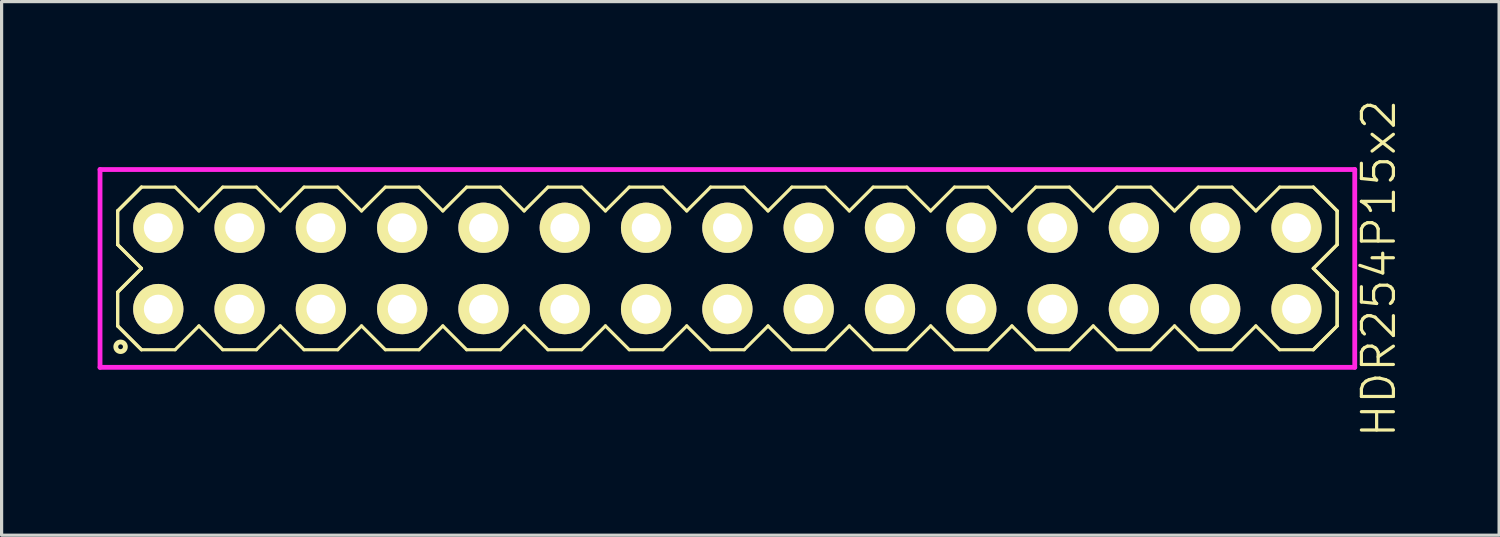
<source format=kicad_pcb>
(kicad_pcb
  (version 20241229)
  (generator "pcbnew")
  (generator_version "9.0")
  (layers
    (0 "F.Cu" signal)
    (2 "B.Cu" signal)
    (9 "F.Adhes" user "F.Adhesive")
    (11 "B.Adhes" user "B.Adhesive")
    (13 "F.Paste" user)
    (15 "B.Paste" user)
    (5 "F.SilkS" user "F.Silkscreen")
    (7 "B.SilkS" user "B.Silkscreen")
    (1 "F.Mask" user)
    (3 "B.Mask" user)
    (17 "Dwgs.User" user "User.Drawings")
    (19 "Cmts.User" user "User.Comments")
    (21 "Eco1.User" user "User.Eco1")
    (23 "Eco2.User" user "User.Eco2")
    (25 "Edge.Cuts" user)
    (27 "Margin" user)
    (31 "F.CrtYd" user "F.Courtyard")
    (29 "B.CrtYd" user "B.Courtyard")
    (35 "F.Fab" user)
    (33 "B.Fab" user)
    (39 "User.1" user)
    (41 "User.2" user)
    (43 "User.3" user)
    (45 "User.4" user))
  (footprint "HDR254P15x2"
    (layer "F.Cu")
    (at 19.675 5.336)
    (property "Reference" "HDR254P15x2" (at 20.35 0 90) (layer "F.SilkS") (effects (font (size 1 1) (thickness 0.1))))
    (attr through_hole)
    (fp_line (start -19.05 -1.796) (end -18.306 -2.54) (stroke (width 0.1) (type solid)) (layer "F.SilkS"))
    (fp_line (start -19.05 -1.796) (end -18.306 -2.54) (stroke (width 0.1) (type solid)) (layer "F.SilkS"))
    (fp_line (start -19.05 -0.744) (end -19.05 -1.796) (stroke (width 0.1) (type solid)) (layer "F.SilkS"))
    (fp_line (start -19.05 -0.744) (end -19.05 -1.796) (stroke (width 0.1) (type solid)) (layer "F.SilkS"))
    (fp_line (start -19.05 0.744) (end -18.306 0) (stroke (width 0.1) (type solid)) (layer "F.SilkS"))
    (fp_line (start -19.05 0.744) (end -18.306 0) (stroke (width 0.1) (type solid)) (layer "F.SilkS"))
    (fp_line (start -19.05 1.796) (end -19.05 0.744) (stroke (width 0.1) (type solid)) (layer "F.SilkS"))
    (fp_line (start -19.05 1.796) (end -19.05 0.744) (stroke (width 0.1) (type solid)) (layer "F.SilkS"))
    (fp_line (start -18.306 -2.54) (end -17.254 -2.54) (stroke (width 0.1) (type solid)) (layer "F.SilkS"))
    (fp_line (start -18.306 0) (end -19.05 -0.744) (stroke (width 0.1) (type solid)) (layer "F.SilkS"))
    (fp_line (start -18.306 0) (end -19.05 -0.744) (stroke (width 0.1) (type solid)) (layer "F.SilkS"))
    (fp_line (start -18.306 2.54) (end -19.05 1.796) (stroke (width 0.1) (type solid)) (layer "F.SilkS"))
    (fp_line (start -18.306 2.54) (end -19.05 1.796) (stroke (width 0.1) (type solid)) (layer "F.SilkS"))
    (fp_line (start -17.254 -2.54) (end -16.51 -1.796) (stroke (width 0.1) (type solid)) (layer "F.SilkS"))
    (fp_line (start -17.254 2.54) (end -18.306 2.54) (stroke (width 0.1) (type solid)) (layer "F.SilkS"))
    (fp_line (start -16.51 -1.796) (end -15.766 -2.54) (stroke (width 0.1) (type solid)) (layer "F.SilkS"))
    (fp_line (start -16.51 1.796) (end -17.254 2.54) (stroke (width 0.1) (type solid)) (layer "F.SilkS"))
    (fp_line (start -15.766 -2.54) (end -14.714 -2.54) (stroke (width 0.1) (type solid)) (layer "F.SilkS"))
    (fp_line (start -15.766 2.54) (end -16.51 1.796) (stroke (width 0.1) (type solid)) (layer "F.SilkS"))
    (fp_line (start -14.714 -2.54) (end -13.97 -1.796) (stroke (width 0.1) (type solid)) (layer "F.SilkS"))
    (fp_line (start -14.714 2.54) (end -15.766 2.54) (stroke (width 0.1) (type solid)) (layer "F.SilkS"))
    (fp_line (start -13.97 -1.796) (end -13.226 -2.54) (stroke (width 0.1) (type solid)) (layer "F.SilkS"))
    (fp_line (start -13.97 1.796) (end -14.714 2.54) (stroke (width 0.1) (type solid)) (layer "F.SilkS"))
    (fp_line (start -13.226 -2.54) (end -12.174 -2.54) (stroke (width 0.1) (type solid)) (layer "F.SilkS"))
    (fp_line (start -13.226 2.54) (end -13.97 1.796) (stroke (width 0.1) (type solid)) (layer "F.SilkS"))
    (fp_line (start -12.174 -2.54) (end -11.43 -1.796) (stroke (width 0.1) (type solid)) (layer "F.SilkS"))
    (fp_line (start -12.174 2.54) (end -13.226 2.54) (stroke (width 0.1) (type solid)) (layer "F.SilkS"))
    (fp_line (start -11.43 -1.796) (end -10.686 -2.54) (stroke (width 0.1) (type solid)) (layer "F.SilkS"))
    (fp_line (start -11.43 1.796) (end -12.174 2.54) (stroke (width 0.1) (type solid)) (layer "F.SilkS"))
    (fp_line (start -10.686 -2.54) (end -9.634 -2.54) (stroke (width 0.1) (type solid)) (layer "F.SilkS"))
    (fp_line (start -10.686 2.54) (end -11.43 1.796) (stroke (width 0.1) (type solid)) (layer "F.SilkS"))
    (fp_line (start -9.634 -2.54) (end -8.89 -1.796) (stroke (width 0.1) (type solid)) (layer "F.SilkS"))
    (fp_line (start -9.634 2.54) (end -10.686 2.54) (stroke (width 0.1) (type solid)) (layer "F.SilkS"))
    (fp_line (start -8.89 -1.796) (end -8.146 -2.54) (stroke (width 0.1) (type solid)) (layer "F.SilkS"))
    (fp_line (start -8.89 1.796) (end -9.634 2.54) (stroke (width 0.1) (type solid)) (layer "F.SilkS"))
    (fp_line (start -8.146 -2.54) (end -7.094 -2.54) (stroke (width 0.1) (type solid)) (layer "F.SilkS"))
    (fp_line (start -8.146 2.54) (end -8.89 1.796) (stroke (width 0.1) (type solid)) (layer "F.SilkS"))
    (fp_line (start -7.094 -2.54) (end -6.35 -1.796) (stroke (width 0.1) (type solid)) (layer "F.SilkS"))
    (fp_line (start -7.094 2.54) (end -8.146 2.54) (stroke (width 0.1) (type solid)) (layer "F.SilkS"))
    (fp_line (start -6.35 -1.796) (end -5.606 -2.54) (stroke (width 0.1) (type solid)) (layer "F.SilkS"))
    (fp_line (start -6.35 1.796) (end -7.094 2.54) (stroke (width 0.1) (type solid)) (layer "F.SilkS"))
    (fp_line (start -5.606 -2.54) (end -4.554 -2.54) (stroke (width 0.1) (type solid)) (layer "F.SilkS"))
    (fp_line (start -5.606 2.54) (end -6.35 1.796) (stroke (width 0.1) (type solid)) (layer "F.SilkS"))
    (fp_line (start -4.554 -2.54) (end -3.81 -1.796) (stroke (width 0.1) (type solid)) (layer "F.SilkS"))
    (fp_line (start -4.554 2.54) (end -5.606 2.54) (stroke (width 0.1) (type solid)) (layer "F.SilkS"))
    (fp_line (start -3.81 -1.796) (end -3.066 -2.54) (stroke (width 0.1) (type solid)) (layer "F.SilkS"))
    (fp_line (start -3.81 1.796) (end -4.554 2.54) (stroke (width 0.1) (type solid)) (layer "F.SilkS"))
    (fp_line (start -3.066 -2.54) (end -2.014 -2.54) (stroke (width 0.1) (type solid)) (layer "F.SilkS"))
    (fp_line (start -3.066 2.54) (end -3.81 1.796) (stroke (width 0.1) (type solid)) (layer "F.SilkS"))
    (fp_line (start -2.014 -2.54) (end -1.27 -1.796) (stroke (width 0.1) (type solid)) (layer "F.SilkS"))
    (fp_line (start -2.014 2.54) (end -3.066 2.54) (stroke (width 0.1) (type solid)) (layer "F.SilkS"))
    (fp_line (start -1.27 -1.796) (end -0.526 -2.54) (stroke (width 0.1) (type solid)) (layer "F.SilkS"))
    (fp_line (start -1.27 1.796) (end -2.014 2.54) (stroke (width 0.1) (type solid)) (layer "F.SilkS"))
    (fp_line (start -0.526 -2.54) (end 0.526 -2.54) (stroke (width 0.1) (type solid)) (layer "F.SilkS"))
    (fp_line (start -0.526 2.54) (end -1.27 1.796) (stroke (width 0.1) (type solid)) (layer "F.SilkS"))
    (fp_line (start 0.526 -2.54) (end 1.27 -1.796) (stroke (width 0.1) (type solid)) (layer "F.SilkS"))
    (fp_line (start 0.526 2.54) (end -0.526 2.54) (stroke (width 0.1) (type solid)) (layer "F.SilkS"))
    (fp_line (start 1.27 -1.796) (end 2.014 -2.54) (stroke (width 0.1) (type solid)) (layer "F.SilkS"))
    (fp_line (start 1.27 1.796) (end 0.526 2.54) (stroke (width 0.1) (type solid)) (layer "F.SilkS"))
    (fp_line (start 2.014 -2.54) (end 3.066 -2.54) (stroke (width 0.1) (type solid)) (layer "F.SilkS"))
    (fp_line (start 2.014 2.54) (end 1.27 1.796) (stroke (width 0.1) (type solid)) (layer "F.SilkS"))
    (fp_line (start 3.066 -2.54) (end 3.81 -1.796) (stroke (width 0.1) (type solid)) (layer "F.SilkS"))
    (fp_line (start 3.066 2.54) (end 2.014 2.54) (stroke (width 0.1) (type solid)) (layer "F.SilkS"))
    (fp_line (start 3.81 -1.796) (end 4.554 -2.54) (stroke (width 0.1) (type solid)) (layer "F.SilkS"))
    (fp_line (start 3.81 1.796) (end 3.066 2.54) (stroke (width 0.1) (type solid)) (layer "F.SilkS"))
    (fp_line (start 4.554 -2.54) (end 5.606 -2.54) (stroke (width 0.1) (type solid)) (layer "F.SilkS"))
    (fp_line (start 4.554 2.54) (end 3.81 1.796) (stroke (width 0.1) (type solid)) (layer "F.SilkS"))
    (fp_line (start 5.606 -2.54) (end 6.35 -1.796) (stroke (width 0.1) (type solid)) (layer "F.SilkS"))
    (fp_line (start 5.606 2.54) (end 4.554 2.54) (stroke (width 0.1) (type solid)) (layer "F.SilkS"))
    (fp_line (start 6.35 -1.796) (end 7.094 -2.54) (stroke (width 0.1) (type solid)) (layer "F.SilkS"))
    (fp_line (start 6.35 1.796) (end 5.606 2.54) (stroke (width 0.1) (type solid)) (layer "F.SilkS"))
    (fp_line (start 7.094 -2.54) (end 8.146 -2.54) (stroke (width 0.1) (type solid)) (layer "F.SilkS"))
    (fp_line (start 7.094 2.54) (end 6.35 1.796) (stroke (width 0.1) (type solid)) (layer "F.SilkS"))
    (fp_line (start 8.146 -2.54) (end 8.89 -1.796) (stroke (width 0.1) (type solid)) (layer "F.SilkS"))
    (fp_line (start 8.146 2.54) (end 7.094 2.54) (stroke (width 0.1) (type solid)) (layer "F.SilkS"))
    (fp_line (start 8.89 -1.796) (end 9.634 -2.54) (stroke (width 0.1) (type solid)) (layer "F.SilkS"))
    (fp_line (start 8.89 1.796) (end 8.146 2.54) (stroke (width 0.1) (type solid)) (layer "F.SilkS"))
    (fp_line (start 9.634 -2.54) (end 10.686 -2.54) (stroke (width 0.1) (type solid)) (layer "F.SilkS"))
    (fp_line (start 9.634 2.54) (end 8.89 1.796) (stroke (width 0.1) (type solid)) (layer "F.SilkS"))
    (fp_line (start 10.686 -2.54) (end 11.43 -1.796) (stroke (width 0.1) (type solid)) (layer "F.SilkS"))
    (fp_line (start 10.686 2.54) (end 9.634 2.54) (stroke (width 0.1) (type solid)) (layer "F.SilkS"))
    (fp_line (start 11.43 -1.796) (end 12.174 -2.54) (stroke (width 0.1) (type solid)) (layer "F.SilkS"))
    (fp_line (start 11.43 1.796) (end 10.686 2.54) (stroke (width 0.1) (type solid)) (layer "F.SilkS"))
    (fp_line (start 12.174 -2.54) (end 13.226 -2.54) (stroke (width 0.1) (type solid)) (layer "F.SilkS"))
    (fp_line (start 12.174 2.54) (end 11.43 1.796) (stroke (width 0.1) (type solid)) (layer "F.SilkS"))
    (fp_line (start 13.226 -2.54) (end 13.97 -1.796) (stroke (width 0.1) (type solid)) (layer "F.SilkS"))
    (fp_line (start 13.226 2.54) (end 12.174 2.54) (stroke (width 0.1) (type solid)) (layer "F.SilkS"))
    (fp_line (start 13.97 -1.796) (end 14.714 -2.54) (stroke (width 0.1) (type solid)) (layer "F.SilkS"))
    (fp_line (start 13.97 1.796) (end 13.226 2.54) (stroke (width 0.1) (type solid)) (layer "F.SilkS"))
    (fp_line (start 14.714 -2.54) (end 15.766 -2.54) (stroke (width 0.1) (type solid)) (layer "F.SilkS"))
    (fp_line (start 14.714 2.54) (end 13.97 1.796) (stroke (width 0.1) (type solid)) (layer "F.SilkS"))
    (fp_line (start 15.766 -2.54) (end 16.51 -1.796) (stroke (width 0.1) (type solid)) (layer "F.SilkS"))
    (fp_line (start 15.766 2.54) (end 14.714 2.54) (stroke (width 0.1) (type solid)) (layer "F.SilkS"))
    (fp_line (start 16.51 -1.796) (end 17.254 -2.54) (stroke (width 0.1) (type solid)) (layer "F.SilkS"))
    (fp_line (start 16.51 1.796) (end 15.766 2.54) (stroke (width 0.1) (type solid)) (layer "F.SilkS"))
    (fp_line (start 17.254 -2.54) (end 18.306 -2.54) (stroke (width 0.1) (type solid)) (layer "F.SilkS"))
    (fp_line (start 17.254 2.54) (end 16.51 1.796) (stroke (width 0.1) (type solid)) (layer "F.SilkS"))
    (fp_line (start 18.306 -2.54) (end 19.05 -1.796) (stroke (width 0.1) (type solid)) (layer "F.SilkS"))
    (fp_line (start 18.306 -2.54) (end 19.05 -1.796) (stroke (width 0.1) (type solid)) (layer "F.SilkS"))
    (fp_line (start 18.306 0) (end 19.05 0.744) (stroke (width 0.1) (type solid)) (layer "F.SilkS"))
    (fp_line (start 18.306 0) (end 19.05 0.744) (stroke (width 0.1) (type solid)) (layer "F.SilkS"))
    (fp_line (start 18.306 2.54) (end 17.254 2.54) (stroke (width 0.1) (type solid)) (layer "F.SilkS"))
    (fp_line (start 19.05 -1.796) (end 19.05 -0.744) (stroke (width 0.1) (type solid)) (layer "F.SilkS"))
    (fp_line (start 19.05 -1.796) (end 19.05 -0.744) (stroke (width 0.1) (type solid)) (layer "F.SilkS"))
    (fp_line (start 19.05 -0.744) (end 18.306 0) (stroke (width 0.1) (type solid)) (layer "F.SilkS"))
    (fp_line (start 19.05 -0.744) (end 18.306 0) (stroke (width 0.1) (type solid)) (layer "F.SilkS"))
    (fp_line (start 19.05 0.744) (end 19.05 1.796) (stroke (width 0.1) (type solid)) (layer "F.SilkS"))
    (fp_line (start 19.05 0.744) (end 19.05 1.796) (stroke (width 0.1) (type solid)) (layer "F.SilkS"))
    (fp_line (start 19.05 1.796) (end 18.306 2.54) (stroke (width 0.1) (type solid)) (layer "F.SilkS"))
    (fp_line (start 19.05 1.796) (end 18.306 2.54) (stroke (width 0.1) (type solid)) (layer "F.SilkS"))
    (fp_circle (center -18.958 2.448) (end -18.808 2.448) (stroke (width 0.15) (type solid)) (fill no) (layer "F.SilkS"))
    (fp_line (start -19.6 -3.09) (end -19.6 3.09) (stroke (width 0.15) (type solid)) (layer "F.CrtYd"))
    (fp_line (start -19.6 3.09) (end 19.6 3.09) (stroke (width 0.15) (type solid)) (layer "F.CrtYd"))
    (fp_line (start 19.6 -3.09) (end -19.6 -3.09) (stroke (width 0.15) (type solid)) (layer "F.CrtYd"))
    (fp_line (start 19.6 3.09) (end 19.6 -3.09) (stroke (width 0.15) (type solid)) (layer "F.CrtYd"))
    (pad "1" thru_hole oval (at -17.78 1.27) (size 1.57 1.57) (drill 0.9) (layers "*.Cu" "*.Mask" "F.SilkS"))
    (pad "2" thru_hole oval (at -17.78 -1.27) (size 1.57 1.57) (drill 0.9) (layers "*.Cu" "*.Mask" "F.SilkS"))
    (pad "3" thru_hole oval (at -15.24 1.27) (size 1.57 1.57) (drill 0.9) (layers "*.Cu" "*.Mask" "F.SilkS"))
    (pad "4" thru_hole oval (at -15.24 -1.27) (size 1.57 1.57) (drill 0.9) (layers "*.Cu" "*.Mask" "F.SilkS"))
    (pad "5" thru_hole oval (at -12.7 1.27) (size 1.57 1.57) (drill 0.9) (layers "*.Cu" "*.Mask" "F.SilkS"))
    (pad "6" thru_hole oval (at -12.7 -1.27) (size 1.57 1.57) (drill 0.9) (layers "*.Cu" "*.Mask" "F.SilkS"))
    (pad "7" thru_hole oval (at -10.16 1.27) (size 1.57 1.57) (drill 0.9) (layers "*.Cu" "*.Mask" "F.SilkS"))
    (pad "8" thru_hole oval (at -10.16 -1.27) (size 1.57 1.57) (drill 0.9) (layers "*.Cu" "*.Mask" "F.SilkS"))
    (pad "9" thru_hole oval (at -7.62 1.27) (size 1.57 1.57) (drill 0.9) (layers "*.Cu" "*.Mask" "F.SilkS"))
    (pad "10" thru_hole oval (at -7.62 -1.27) (size 1.57 1.57) (drill 0.9) (layers "*.Cu" "*.Mask" "F.SilkS"))
    (pad "11" thru_hole oval (at -5.08 1.27) (size 1.57 1.57) (drill 0.9) (layers "*.Cu" "*.Mask" "F.SilkS"))
    (pad "12" thru_hole oval (at -5.08 -1.27) (size 1.57 1.57) (drill 0.9) (layers "*.Cu" "*.Mask" "F.SilkS"))
    (pad "13" thru_hole oval (at -2.54 1.27) (size 1.57 1.57) (drill 0.9) (layers "*.Cu" "*.Mask" "F.SilkS"))
    (pad "14" thru_hole oval (at -2.54 -1.27) (size 1.57 1.57) (drill 0.9) (layers "*.Cu" "*.Mask" "F.SilkS"))
    (pad "15" thru_hole oval (at 0 1.27) (size 1.57 1.57) (drill 0.9) (layers "*.Cu" "*.Mask" "F.SilkS"))
    (pad "16" thru_hole oval (at 0 -1.27) (size 1.57 1.57) (drill 0.9) (layers "*.Cu" "*.Mask" "F.SilkS"))
    (pad "17" thru_hole oval (at 2.54 1.27) (size 1.57 1.57) (drill 0.9) (layers "*.Cu" "*.Mask" "F.SilkS"))
    (pad "18" thru_hole oval (at 2.54 -1.27) (size 1.57 1.57) (drill 0.9) (layers "*.Cu" "*.Mask" "F.SilkS"))
    (pad "19" thru_hole oval (at 5.08 1.27) (size 1.57 1.57) (drill 0.9) (layers "*.Cu" "*.Mask" "F.SilkS"))
    (pad "20" thru_hole oval (at 5.08 -1.27) (size 1.57 1.57) (drill 0.9) (layers "*.Cu" "*.Mask" "F.SilkS"))
    (pad "21" thru_hole oval (at 7.62 1.27) (size 1.57 1.57) (drill 0.9) (layers "*.Cu" "*.Mask" "F.SilkS"))
    (pad "22" thru_hole oval (at 7.62 -1.27) (size 1.57 1.57) (drill 0.9) (layers "*.Cu" "*.Mask" "F.SilkS"))
    (pad "23" thru_hole oval (at 10.16 1.27) (size 1.57 1.57) (drill 0.9) (layers "*.Cu" "*.Mask" "F.SilkS"))
    (pad "24" thru_hole oval (at 10.16 -1.27) (size 1.57 1.57) (drill 0.9) (layers "*.Cu" "*.Mask" "F.SilkS"))
    (pad "25" thru_hole oval (at 12.7 1.27) (size 1.57 1.57) (drill 0.9) (layers "*.Cu" "*.Mask" "F.SilkS"))
    (pad "26" thru_hole oval (at 12.7 -1.27) (size 1.57 1.57) (drill 0.9) (layers "*.Cu" "*.Mask" "F.SilkS"))
    (pad "27" thru_hole oval (at 15.24 1.27) (size 1.57 1.57) (drill 0.9) (layers "*.Cu" "*.Mask" "F.SilkS"))
    (pad "28" thru_hole oval (at 15.24 -1.27) (size 1.57 1.57) (drill 0.9) (layers "*.Cu" "*.Mask" "F.SilkS"))
    (pad "29" thru_hole oval (at 17.78 1.27) (size 1.57 1.57) (drill 0.9) (layers "*.Cu" "*.Mask" "F.SilkS"))
    (pad "30" thru_hole oval (at 17.78 -1.27) (size 1.57 1.57) (drill 0.9) (layers "*.Cu" "*.Mask" "F.SilkS")))
  (gr_rect
    (start -3 -3)
    (end 43.785 13.671)
    (stroke (width 0.1) (type default))
    (fill no)
    (layer "Edge.Cuts")))
</source>
